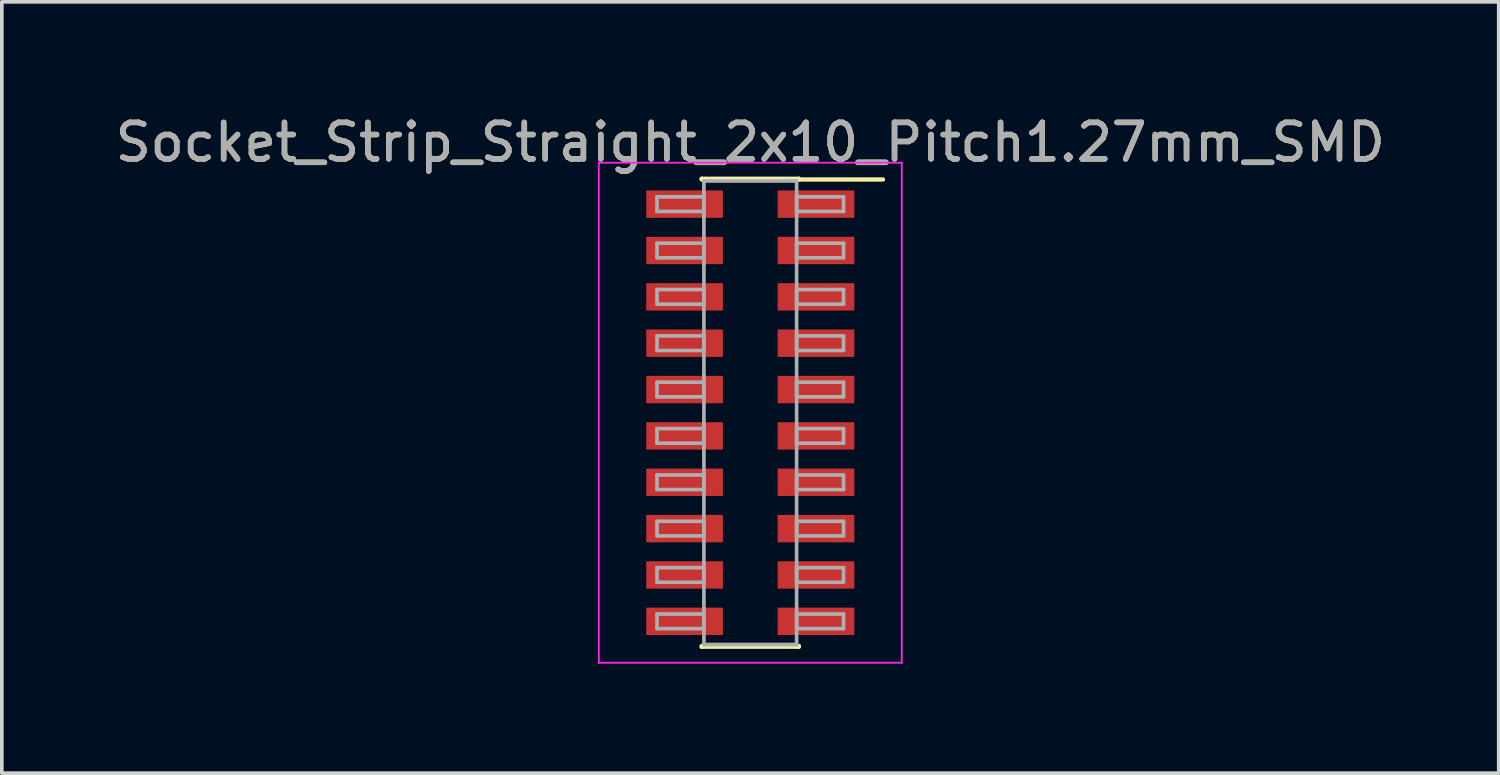
<source format=kicad_pcb>
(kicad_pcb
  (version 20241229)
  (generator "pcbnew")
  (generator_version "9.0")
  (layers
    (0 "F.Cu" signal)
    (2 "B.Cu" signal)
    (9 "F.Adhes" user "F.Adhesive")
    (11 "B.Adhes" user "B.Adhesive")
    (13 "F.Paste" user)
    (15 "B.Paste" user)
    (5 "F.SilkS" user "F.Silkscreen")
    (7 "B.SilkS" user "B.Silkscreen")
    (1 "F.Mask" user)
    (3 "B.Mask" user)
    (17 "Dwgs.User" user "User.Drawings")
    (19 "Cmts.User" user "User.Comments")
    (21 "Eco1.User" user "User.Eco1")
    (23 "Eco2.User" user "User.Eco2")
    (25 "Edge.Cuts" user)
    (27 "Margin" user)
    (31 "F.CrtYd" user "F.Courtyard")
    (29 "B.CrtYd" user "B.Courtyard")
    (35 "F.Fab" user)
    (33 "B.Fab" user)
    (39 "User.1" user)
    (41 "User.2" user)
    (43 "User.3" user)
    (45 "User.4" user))
  (footprint "Socket_Strip_Straight_2x10_Pitch1.27mm_SMD"
    (layer "F.Cu")
    (at 17.506 8.258)
    (property "Reference" "Socket_Strip_Straight_2x10_Pitch1.27mm_SMD" (at 0 -7.41 0) (layer "F.SilkS") (effects (font (size 1 1) (thickness 0.15))))
    (attr smd)
    (fp_line (start -1.33 -6.41) (end 1.33 -6.41) (stroke (width 0.12) (type solid)) (layer "F.SilkS"))
    (fp_line (start -1.33 -6.39) (end -1.33 -6.41) (stroke (width 0.12) (type solid)) (layer "F.SilkS"))
    (fp_line (start -1.33 6.39) (end -1.33 6.41) (stroke (width 0.12) (type solid)) (layer "F.SilkS"))
    (fp_line (start -1.33 6.41) (end 1.33 6.41) (stroke (width 0.12) (type solid)) (layer "F.SilkS"))
    (fp_line (start 1.33 -6.41) (end 1.33 -6.39) (stroke (width 0.12) (type solid)) (layer "F.SilkS"))
    (fp_line (start 1.33 6.41) (end 1.33 6.39) (stroke (width 0.12) (type solid)) (layer "F.SilkS"))
    (fp_line (start 3.635 -6.39) (end 1.33 -6.39) (stroke (width 0.12) (type solid)) (layer "F.SilkS"))
    (fp_line (start -4.15 -6.85) (end -4.15 6.85) (stroke (width 0.05) (type solid)) (layer "F.CrtYd"))
    (fp_line (start -4.15 6.85) (end 4.15 6.85) (stroke (width 0.05) (type solid)) (layer "F.CrtYd"))
    (fp_line (start 4.15 -6.85) (end -4.15 -6.85) (stroke (width 0.05) (type solid)) (layer "F.CrtYd"))
    (fp_line (start 4.15 6.85) (end 4.15 -6.85) (stroke (width 0.05) (type solid)) (layer "F.CrtYd"))
    (fp_line (start -2.555 -5.915) (end -1.27 -5.915) (stroke (width 0.1) (type solid)) (layer "F.Fab"))
    (fp_line (start -2.555 -5.515) (end -2.555 -5.915) (stroke (width 0.1) (type solid)) (layer "F.Fab"))
    (fp_line (start -2.555 -4.645) (end -1.27 -4.645) (stroke (width 0.1) (type solid)) (layer "F.Fab"))
    (fp_line (start -2.555 -4.245) (end -2.555 -4.645) (stroke (width 0.1) (type solid)) (layer "F.Fab"))
    (fp_line (start -2.555 -3.375) (end -1.27 -3.375) (stroke (width 0.1) (type solid)) (layer "F.Fab"))
    (fp_line (start -2.555 -2.975) (end -2.555 -3.375) (stroke (width 0.1) (type solid)) (layer "F.Fab"))
    (fp_line (start -2.555 -2.105) (end -1.27 -2.105) (stroke (width 0.1) (type solid)) (layer "F.Fab"))
    (fp_line (start -2.555 -1.705) (end -2.555 -2.105) (stroke (width 0.1) (type solid)) (layer "F.Fab"))
    (fp_line (start -2.555 -0.835) (end -1.27 -0.835) (stroke (width 0.1) (type solid)) (layer "F.Fab"))
    (fp_line (start -2.555 -0.435) (end -2.555 -0.835) (stroke (width 0.1) (type solid)) (layer "F.Fab"))
    (fp_line (start -2.555 0.435) (end -1.27 0.435) (stroke (width 0.1) (type solid)) (layer "F.Fab"))
    (fp_line (start -2.555 0.835) (end -2.555 0.435) (stroke (width 0.1) (type solid)) (layer "F.Fab"))
    (fp_line (start -2.555 1.705) (end -1.27 1.705) (stroke (width 0.1) (type solid)) (layer "F.Fab"))
    (fp_line (start -2.555 2.105) (end -2.555 1.705) (stroke (width 0.1) (type solid)) (layer "F.Fab"))
    (fp_line (start -2.555 2.975) (end -1.27 2.975) (stroke (width 0.1) (type solid)) (layer "F.Fab"))
    (fp_line (start -2.555 3.375) (end -2.555 2.975) (stroke (width 0.1) (type solid)) (layer "F.Fab"))
    (fp_line (start -2.555 4.245) (end -1.27 4.245) (stroke (width 0.1) (type solid)) (layer "F.Fab"))
    (fp_line (start -2.555 4.645) (end -2.555 4.245) (stroke (width 0.1) (type solid)) (layer "F.Fab"))
    (fp_line (start -2.555 5.515) (end -1.27 5.515) (stroke (width 0.1) (type solid)) (layer "F.Fab"))
    (fp_line (start -2.555 5.915) (end -2.555 5.515) (stroke (width 0.1) (type solid)) (layer "F.Fab"))
    (fp_line (start -1.27 -6.35) (end -1.27 6.35) (stroke (width 0.1) (type solid)) (layer "F.Fab"))
    (fp_line (start -1.27 -5.915) (end -1.27 -5.515) (stroke (width 0.1) (type solid)) (layer "F.Fab"))
    (fp_line (start -1.27 -5.515) (end -2.555 -5.515) (stroke (width 0.1) (type solid)) (layer "F.Fab"))
    (fp_line (start -1.27 -4.645) (end -1.27 -4.245) (stroke (width 0.1) (type solid)) (layer "F.Fab"))
    (fp_line (start -1.27 -4.245) (end -2.555 -4.245) (stroke (width 0.1) (type solid)) (layer "F.Fab"))
    (fp_line (start -1.27 -3.375) (end -1.27 -2.975) (stroke (width 0.1) (type solid)) (layer "F.Fab"))
    (fp_line (start -1.27 -2.975) (end -2.555 -2.975) (stroke (width 0.1) (type solid)) (layer "F.Fab"))
    (fp_line (start -1.27 -2.105) (end -1.27 -1.705) (stroke (width 0.1) (type solid)) (layer "F.Fab"))
    (fp_line (start -1.27 -1.705) (end -2.555 -1.705) (stroke (width 0.1) (type solid)) (layer "F.Fab"))
    (fp_line (start -1.27 -0.835) (end -1.27 -0.435) (stroke (width 0.1) (type solid)) (layer "F.Fab"))
    (fp_line (start -1.27 -0.435) (end -2.555 -0.435) (stroke (width 0.1) (type solid)) (layer "F.Fab"))
    (fp_line (start -1.27 0.435) (end -1.27 0.835) (stroke (width 0.1) (type solid)) (layer "F.Fab"))
    (fp_line (start -1.27 0.835) (end -2.555 0.835) (stroke (width 0.1) (type solid)) (layer "F.Fab"))
    (fp_line (start -1.27 1.705) (end -1.27 2.105) (stroke (width 0.1) (type solid)) (layer "F.Fab"))
    (fp_line (start -1.27 2.105) (end -2.555 2.105) (stroke (width 0.1) (type solid)) (layer "F.Fab"))
    (fp_line (start -1.27 2.975) (end -1.27 3.375) (stroke (width 0.1) (type solid)) (layer "F.Fab"))
    (fp_line (start -1.27 3.375) (end -2.555 3.375) (stroke (width 0.1) (type solid)) (layer "F.Fab"))
    (fp_line (start -1.27 4.245) (end -1.27 4.645) (stroke (width 0.1) (type solid)) (layer "F.Fab"))
    (fp_line (start -1.27 4.645) (end -2.555 4.645) (stroke (width 0.1) (type solid)) (layer "F.Fab"))
    (fp_line (start -1.27 5.515) (end -1.27 5.915) (stroke (width 0.1) (type solid)) (layer "F.Fab"))
    (fp_line (start -1.27 5.915) (end -2.555 5.915) (stroke (width 0.1) (type solid)) (layer "F.Fab"))
    (fp_line (start -1.27 6.35) (end 1.27 6.35) (stroke (width 0.1) (type solid)) (layer "F.Fab"))
    (fp_line (start 1.27 -6.35) (end -1.27 -6.35) (stroke (width 0.1) (type solid)) (layer "F.Fab"))
    (fp_line (start 1.27 -5.915) (end 1.27 -5.515) (stroke (width 0.1) (type solid)) (layer "F.Fab"))
    (fp_line (start 1.27 -5.515) (end 2.555 -5.515) (stroke (width 0.1) (type solid)) (layer "F.Fab"))
    (fp_line (start 1.27 -4.645) (end 1.27 -4.245) (stroke (width 0.1) (type solid)) (layer "F.Fab"))
    (fp_line (start 1.27 -4.245) (end 2.555 -4.245) (stroke (width 0.1) (type solid)) (layer "F.Fab"))
    (fp_line (start 1.27 -3.375) (end 1.27 -2.975) (stroke (width 0.1) (type solid)) (layer "F.Fab"))
    (fp_line (start 1.27 -2.975) (end 2.555 -2.975) (stroke (width 0.1) (type solid)) (layer "F.Fab"))
    (fp_line (start 1.27 -2.105) (end 1.27 -1.705) (stroke (width 0.1) (type solid)) (layer "F.Fab"))
    (fp_line (start 1.27 -1.705) (end 2.555 -1.705) (stroke (width 0.1) (type solid)) (layer "F.Fab"))
    (fp_line (start 1.27 -0.835) (end 1.27 -0.435) (stroke (width 0.1) (type solid)) (layer "F.Fab"))
    (fp_line (start 1.27 -0.435) (end 2.555 -0.435) (stroke (width 0.1) (type solid)) (layer "F.Fab"))
    (fp_line (start 1.27 0.435) (end 1.27 0.835) (stroke (width 0.1) (type solid)) (layer "F.Fab"))
    (fp_line (start 1.27 0.835) (end 2.555 0.835) (stroke (width 0.1) (type solid)) (layer "F.Fab"))
    (fp_line (start 1.27 1.705) (end 1.27 2.105) (stroke (width 0.1) (type solid)) (layer "F.Fab"))
    (fp_line (start 1.27 2.105) (end 2.555 2.105) (stroke (width 0.1) (type solid)) (layer "F.Fab"))
    (fp_line (start 1.27 2.975) (end 1.27 3.375) (stroke (width 0.1) (type solid)) (layer "F.Fab"))
    (fp_line (start 1.27 3.375) (end 2.555 3.375) (stroke (width 0.1) (type solid)) (layer "F.Fab"))
    (fp_line (start 1.27 4.245) (end 1.27 4.645) (stroke (width 0.1) (type solid)) (layer "F.Fab"))
    (fp_line (start 1.27 4.645) (end 2.555 4.645) (stroke (width 0.1) (type solid)) (layer "F.Fab"))
    (fp_line (start 1.27 5.515) (end 1.27 5.915) (stroke (width 0.1) (type solid)) (layer "F.Fab"))
    (fp_line (start 1.27 5.915) (end 2.555 5.915) (stroke (width 0.1) (type solid)) (layer "F.Fab"))
    (fp_line (start 1.27 6.35) (end 1.27 -6.35) (stroke (width 0.1) (type solid)) (layer "F.Fab"))
    (fp_line (start 2.555 -5.915) (end 1.27 -5.915) (stroke (width 0.1) (type solid)) (layer "F.Fab"))
    (fp_line (start 2.555 -5.515) (end 2.555 -5.915) (stroke (width 0.1) (type solid)) (layer "F.Fab"))
    (fp_line (start 2.555 -4.645) (end 1.27 -4.645) (stroke (width 0.1) (type solid)) (layer "F.Fab"))
    (fp_line (start 2.555 -4.245) (end 2.555 -4.645) (stroke (width 0.1) (type solid)) (layer "F.Fab"))
    (fp_line (start 2.555 -3.375) (end 1.27 -3.375) (stroke (width 0.1) (type solid)) (layer "F.Fab"))
    (fp_line (start 2.555 -2.975) (end 2.555 -3.375) (stroke (width 0.1) (type solid)) (layer "F.Fab"))
    (fp_line (start 2.555 -2.105) (end 1.27 -2.105) (stroke (width 0.1) (type solid)) (layer "F.Fab"))
    (fp_line (start 2.555 -1.705) (end 2.555 -2.105) (stroke (width 0.1) (type solid)) (layer "F.Fab"))
    (fp_line (start 2.555 -0.835) (end 1.27 -0.835) (stroke (width 0.1) (type solid)) (layer "F.Fab"))
    (fp_line (start 2.555 -0.435) (end 2.555 -0.835) (stroke (width 0.1) (type solid)) (layer "F.Fab"))
    (fp_line (start 2.555 0.435) (end 1.27 0.435) (stroke (width 0.1) (type solid)) (layer "F.Fab"))
    (fp_line (start 2.555 0.835) (end 2.555 0.435) (stroke (width 0.1) (type solid)) (layer "F.Fab"))
    (fp_line (start 2.555 1.705) (end 1.27 1.705) (stroke (width 0.1) (type solid)) (layer "F.Fab"))
    (fp_line (start 2.555 2.105) (end 2.555 1.705) (stroke (width 0.1) (type solid)) (layer "F.Fab"))
    (fp_line (start 2.555 2.975) (end 1.27 2.975) (stroke (width 0.1) (type solid)) (layer "F.Fab"))
    (fp_line (start 2.555 3.375) (end 2.555 2.975) (stroke (width 0.1) (type solid)) (layer "F.Fab"))
    (fp_line (start 2.555 4.245) (end 1.27 4.245) (stroke (width 0.1) (type solid)) (layer "F.Fab"))
    (fp_line (start 2.555 4.645) (end 2.555 4.245) (stroke (width 0.1) (type solid)) (layer "F.Fab"))
    (fp_line (start 2.555 5.515) (end 1.27 5.515) (stroke (width 0.1) (type solid)) (layer "F.Fab"))
    (fp_line (start 2.555 5.915) (end 2.555 5.515) (stroke (width 0.1) (type solid)) (layer "F.Fab"))
    (fp_text user "${REFERENCE}" (at 0 -7.41 0) (layer "F.Fab") (effects (font (size 1 1) (thickness 0.15))))
    (pad "1" smd rect (at 1.8 -5.715) (size 2.1 0.75) (layers "F.Cu" "F.Mask" "F.Paste"))
    (pad "2" smd rect (at -1.8 -5.715) (size 2.1 0.75) (layers "F.Cu" "F.Mask" "F.Paste"))
    (pad "3" smd rect (at 1.8 -4.445) (size 2.1 0.75) (layers "F.Cu" "F.Mask" "F.Paste"))
    (pad "4" smd rect (at -1.8 -4.445) (size 2.1 0.75) (layers "F.Cu" "F.Mask" "F.Paste"))
    (pad "5" smd rect (at 1.8 -3.175) (size 2.1 0.75) (layers "F.Cu" "F.Mask" "F.Paste"))
    (pad "6" smd rect (at -1.8 -3.175) (size 2.1 0.75) (layers "F.Cu" "F.Mask" "F.Paste"))
    (pad "7" smd rect (at 1.8 -1.905) (size 2.1 0.75) (layers "F.Cu" "F.Mask" "F.Paste"))
    (pad "8" smd rect (at -1.8 -1.905) (size 2.1 0.75) (layers "F.Cu" "F.Mask" "F.Paste"))
    (pad "9" smd rect (at 1.8 -0.635) (size 2.1 0.75) (layers "F.Cu" "F.Mask" "F.Paste"))
    (pad "10" smd rect (at -1.8 -0.635) (size 2.1 0.75) (layers "F.Cu" "F.Mask" "F.Paste"))
    (pad "11" smd rect (at 1.8 0.635) (size 2.1 0.75) (layers "F.Cu" "F.Mask" "F.Paste"))
    (pad "12" smd rect (at -1.8 0.635) (size 2.1 0.75) (layers "F.Cu" "F.Mask" "F.Paste"))
    (pad "13" smd rect (at 1.8 1.905) (size 2.1 0.75) (layers "F.Cu" "F.Mask" "F.Paste"))
    (pad "14" smd rect (at -1.8 1.905) (size 2.1 0.75) (layers "F.Cu" "F.Mask" "F.Paste"))
    (pad "15" smd rect (at 1.8 3.175) (size 2.1 0.75) (layers "F.Cu" "F.Mask" "F.Paste"))
    (pad "16" smd rect (at -1.8 3.175) (size 2.1 0.75) (layers "F.Cu" "F.Mask" "F.Paste"))
    (pad "17" smd rect (at 1.8 4.445) (size 2.1 0.75) (layers "F.Cu" "F.Mask" "F.Paste"))
    (pad "18" smd rect (at -1.8 4.445) (size 2.1 0.75) (layers "F.Cu" "F.Mask" "F.Paste"))
    (pad "19" smd rect (at 1.8 5.715) (size 2.1 0.75) (layers "F.Cu" "F.Mask" "F.Paste"))
    (pad "20" smd rect (at -1.8 5.715) (size 2.1 0.75) (layers "F.Cu" "F.Mask" "F.Paste")))
  (gr_rect
    (start -3 -3)
    (end 38.012 18.133)
    (stroke (width 0.1) (type default))
    (fill no)
    (layer "Edge.Cuts")))
</source>
